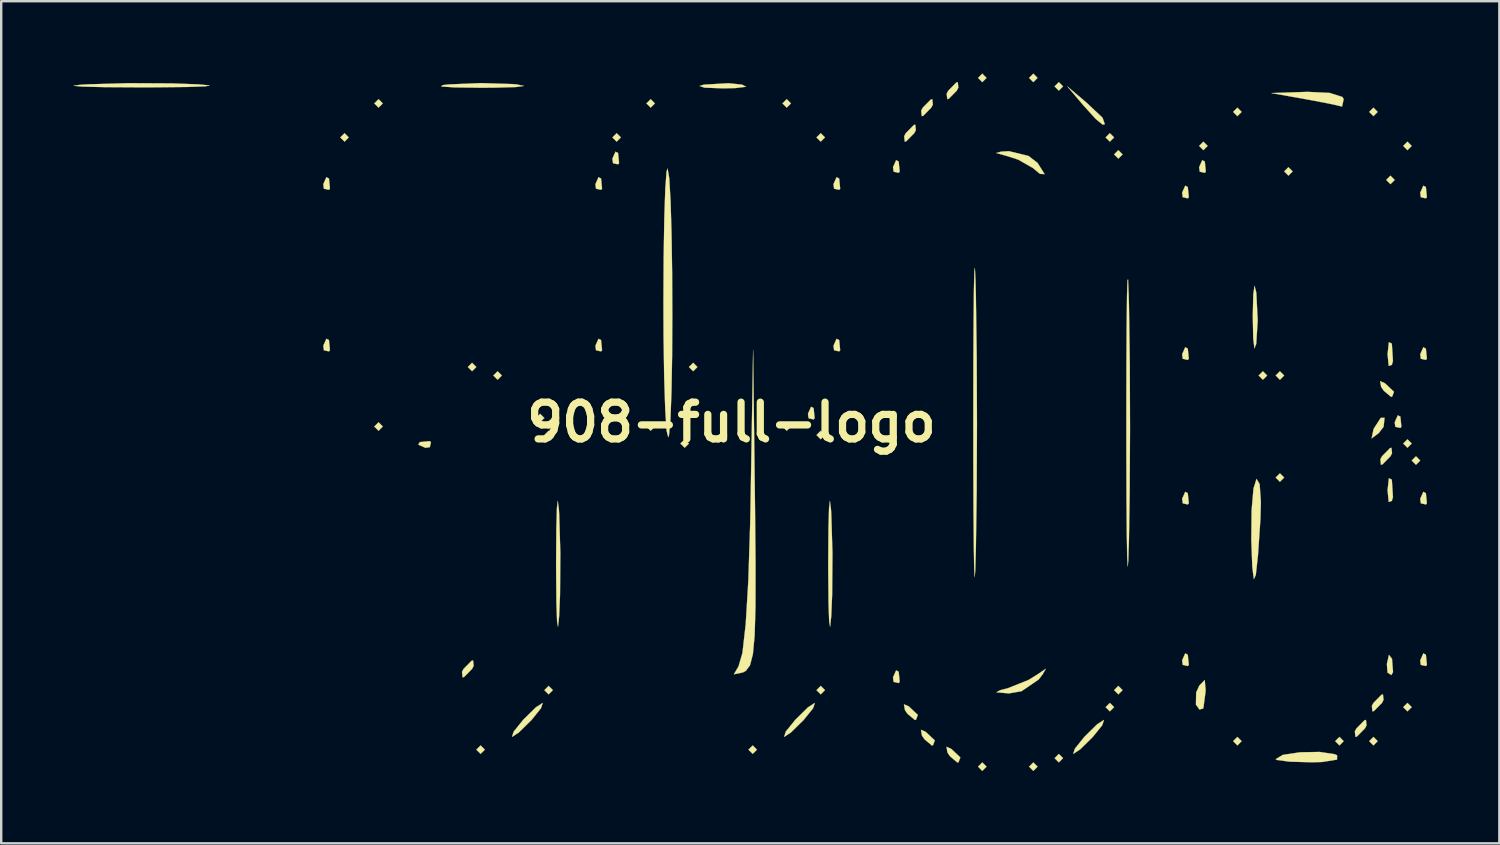
<source format=kicad_pcb>
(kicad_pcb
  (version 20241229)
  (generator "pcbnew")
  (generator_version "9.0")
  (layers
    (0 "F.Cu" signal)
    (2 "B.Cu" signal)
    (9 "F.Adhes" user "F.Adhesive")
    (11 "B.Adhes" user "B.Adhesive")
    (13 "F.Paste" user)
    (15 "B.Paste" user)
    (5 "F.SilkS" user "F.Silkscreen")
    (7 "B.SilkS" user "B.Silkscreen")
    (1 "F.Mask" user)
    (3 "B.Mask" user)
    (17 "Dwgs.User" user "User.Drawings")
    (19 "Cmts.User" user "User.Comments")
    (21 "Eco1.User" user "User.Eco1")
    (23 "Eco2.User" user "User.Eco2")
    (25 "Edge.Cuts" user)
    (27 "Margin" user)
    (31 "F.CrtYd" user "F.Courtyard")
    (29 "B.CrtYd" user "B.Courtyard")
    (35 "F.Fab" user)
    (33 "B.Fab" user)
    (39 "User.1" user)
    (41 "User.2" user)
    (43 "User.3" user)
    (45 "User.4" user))
  (footprint "908-full-logo"
    (layer "F.Cu")
    (at 27.295 14.469)
    (property "Reference" "908-full-logo" (at 0 0 0) (layer "F.SilkS") (effects (font (size 1.524 1.524) (thickness 0.3))))
    (attr through_hole)
    (fp_poly (pts (xy -15.875 -11.818) (xy -16.051 -11.642) (xy -16.228 -11.818) (xy -16.051 -11.994) (xy -15.875 -11.818)) (stroke (width 0.01) (type solid)) (fill yes) (layer "F.SilkS"))
    (fp_poly (pts (xy -14.464 -13.229) (xy -14.64 -13.053) (xy -14.817 -13.229) (xy -14.64 -13.406) (xy -14.464 -13.229)) (stroke (width 0.01) (type solid)) (fill yes) (layer "F.SilkS"))
    (fp_poly (pts (xy -14.464 0.176) (xy -14.64 0.353) (xy -14.817 0.176) (xy -14.64 0) (xy -14.464 0.176)) (stroke (width 0.01) (type solid)) (fill yes) (layer "F.SilkS"))
    (fp_poly (pts (xy -10.583 -2.293) (xy -10.76 -2.117) (xy -10.936 -2.293) (xy -10.76 -2.469) (xy -10.583 -2.293)) (stroke (width 0.01) (type solid)) (fill yes) (layer "F.SilkS"))
    (fp_poly (pts (xy -10.231 13.582) (xy -10.407 13.758) (xy -10.583 13.582) (xy -10.407 13.406) (xy -10.231 13.582)) (stroke (width 0.01) (type solid)) (fill yes) (layer "F.SilkS"))
    (fp_poly (pts (xy -9.525 -1.94) (xy -9.701 -1.764) (xy -9.878 -1.94) (xy -9.701 -2.117) (xy -9.525 -1.94)) (stroke (width 0.01) (type solid)) (fill yes) (layer "F.SilkS"))
    (fp_poly (pts (xy -7.761 -0.176) (xy -7.938 0) (xy -8.114 -0.176) (xy -7.938 -0.353) (xy -7.761 -0.176)) (stroke (width 0.01) (type solid)) (fill yes) (layer "F.SilkS"))
    (fp_poly (pts (xy -7.408 0.529) (xy -7.585 0.706) (xy -7.761 0.529) (xy -7.585 0.353) (xy -7.408 0.529)) (stroke (width 0.01) (type solid)) (fill yes) (layer "F.SilkS"))
    (fp_poly (pts (xy -7.408 11.113) (xy -7.585 11.289) (xy -7.761 11.113) (xy -7.585 10.936) (xy -7.408 11.113)) (stroke (width 0.01) (type solid)) (fill yes) (layer "F.SilkS"))
    (fp_poly (pts (xy -4.586 -11.818) (xy -4.763 -11.642) (xy -4.939 -11.818) (xy -4.763 -11.994) (xy -4.586 -11.818)) (stroke (width 0.01) (type solid)) (fill yes) (layer "F.SilkS"))
    (fp_poly (pts (xy -3.175 -13.229) (xy -3.351 -13.053) (xy -3.528 -13.229) (xy -3.351 -13.406) (xy -3.175 -13.229)) (stroke (width 0.01) (type solid)) (fill yes) (layer "F.SilkS"))
    (fp_poly (pts (xy -3.175 0.176) (xy -3.351 0.353) (xy -3.528 0.176) (xy -3.351 0) (xy -3.175 0.176)) (stroke (width 0.01) (type solid)) (fill yes) (layer "F.SilkS"))
    (fp_poly (pts (xy -1.764 0.882) (xy -1.94 1.058) (xy -2.117 0.882) (xy -1.94 0.706) (xy -1.764 0.882)) (stroke (width 0.01) (type solid)) (fill yes) (layer "F.SilkS"))
    (fp_poly (pts (xy -1.411 -2.293) (xy -1.587 -2.117) (xy -1.764 -2.293) (xy -1.587 -2.469) (xy -1.411 -2.293)) (stroke (width 0.01) (type solid)) (fill yes) (layer "F.SilkS"))
    (fp_poly (pts (xy 1.058 13.582) (xy 0.882 13.758) (xy 0.706 13.582) (xy 0.882 13.406) (xy 1.058 13.582)) (stroke (width 0.01) (type solid)) (fill yes) (layer "F.SilkS"))
    (fp_poly (pts (xy 2.469 -13.229) (xy 2.293 -13.053) (xy 2.117 -13.229) (xy 2.293 -13.406) (xy 2.469 -13.229)) (stroke (width 0.01) (type solid)) (fill yes) (layer "F.SilkS"))
    (fp_poly (pts (xy 2.469 0.176) (xy 2.293 0.353) (xy 2.117 0.176) (xy 2.293 0) (xy 2.469 0.176)) (stroke (width 0.01) (type solid)) (fill yes) (layer "F.SilkS"))
    (fp_poly (pts (xy 3.881 -11.818) (xy 3.704 -11.642) (xy 3.528 -11.818) (xy 3.704 -11.994) (xy 3.881 -11.818)) (stroke (width 0.01) (type solid)) (fill yes) (layer "F.SilkS"))
    (fp_poly (pts (xy 3.881 0.529) (xy 3.704 0.706) (xy 3.528 0.529) (xy 3.704 0.353) (xy 3.881 0.529)) (stroke (width 0.01) (type solid)) (fill yes) (layer "F.SilkS"))
    (fp_poly (pts (xy 3.881 11.113) (xy 3.704 11.289) (xy 3.528 11.113) (xy 3.704 10.936) (xy 3.881 11.113)) (stroke (width 0.01) (type solid)) (fill yes) (layer "F.SilkS"))
    (fp_poly (pts (xy 10.583 -14.287) (xy 10.407 -14.111) (xy 10.231 -14.287) (xy 10.407 -14.464) (xy 10.583 -14.287)) (stroke (width 0.01) (type solid)) (fill yes) (layer "F.SilkS"))
    (fp_poly (pts (xy 10.583 14.287) (xy 10.407 14.464) (xy 10.231 14.287) (xy 10.407 14.111) (xy 10.583 14.287)) (stroke (width 0.01) (type solid)) (fill yes) (layer "F.SilkS"))
    (fp_poly (pts (xy 12.7 -14.287) (xy 12.524 -14.111) (xy 12.347 -14.287) (xy 12.524 -14.464) (xy 12.7 -14.287)) (stroke (width 0.01) (type solid)) (fill yes) (layer "F.SilkS"))
    (fp_poly (pts (xy 12.7 14.287) (xy 12.524 14.464) (xy 12.347 14.287) (xy 12.524 14.111) (xy 12.7 14.287)) (stroke (width 0.01) (type solid)) (fill yes) (layer "F.SilkS"))
    (fp_poly (pts (xy 13.758 -13.935) (xy 13.582 -13.758) (xy 13.406 -13.935) (xy 13.582 -14.111) (xy 13.758 -13.935)) (stroke (width 0.01) (type solid)) (fill yes) (layer "F.SilkS"))
    (fp_poly (pts (xy 13.758 13.935) (xy 13.582 14.111) (xy 13.406 13.935) (xy 13.582 13.758) (xy 13.758 13.935)) (stroke (width 0.01) (type solid)) (fill yes) (layer "F.SilkS"))
    (fp_poly (pts (xy 15.875 -11.818) (xy 15.699 -11.642) (xy 15.522 -11.818) (xy 15.699 -11.994) (xy 15.875 -11.818)) (stroke (width 0.01) (type solid)) (fill yes) (layer "F.SilkS"))
    (fp_poly (pts (xy 15.875 11.818) (xy 15.699 11.994) (xy 15.522 11.818) (xy 15.699 11.642) (xy 15.875 11.818)) (stroke (width 0.01) (type solid)) (fill yes) (layer "F.SilkS"))
    (fp_poly (pts (xy 16.228 -11.113) (xy 16.051 -10.936) (xy 15.875 -11.113) (xy 16.051 -11.289) (xy 16.228 -11.113)) (stroke (width 0.01) (type solid)) (fill yes) (layer "F.SilkS"))
    (fp_poly (pts (xy 16.228 11.113) (xy 16.051 11.289) (xy 15.875 11.113) (xy 16.051 10.936) (xy 16.228 11.113)) (stroke (width 0.01) (type solid)) (fill yes) (layer "F.SilkS"))
    (fp_poly (pts (xy 19.756 -11.465) (xy 19.579 -11.289) (xy 19.403 -11.465) (xy 19.579 -11.642) (xy 19.756 -11.465)) (stroke (width 0.01) (type solid)) (fill yes) (layer "F.SilkS"))
    (fp_poly (pts (xy 21.167 -12.876) (xy 20.99 -12.7) (xy 20.814 -12.876) (xy 20.99 -13.053) (xy 21.167 -12.876)) (stroke (width 0.01) (type solid)) (fill yes) (layer "F.SilkS"))
    (fp_poly (pts (xy 21.167 13.229) (xy 20.99 13.406) (xy 20.814 13.229) (xy 20.99 13.053) (xy 21.167 13.229)) (stroke (width 0.01) (type solid)) (fill yes) (layer "F.SilkS"))
    (fp_poly (pts (xy 22.225 -1.94) (xy 22.049 -1.764) (xy 21.872 -1.94) (xy 22.049 -2.117) (xy 22.225 -1.94)) (stroke (width 0.01) (type solid)) (fill yes) (layer "F.SilkS"))
    (fp_poly (pts (xy 22.931 -1.94) (xy 22.754 -1.764) (xy 22.578 -1.94) (xy 22.754 -2.117) (xy 22.931 -1.94)) (stroke (width 0.01) (type solid)) (fill yes) (layer "F.SilkS"))
    (fp_poly (pts (xy 22.931 2.293) (xy 22.754 2.469) (xy 22.578 2.293) (xy 22.754 2.117) (xy 22.931 2.293)) (stroke (width 0.01) (type solid)) (fill yes) (layer "F.SilkS"))
    (fp_poly (pts (xy 23.283 -10.407) (xy 23.107 -10.231) (xy 22.931 -10.407) (xy 23.107 -10.583) (xy 23.283 -10.407)) (stroke (width 0.01) (type solid)) (fill yes) (layer "F.SilkS"))
    (fp_poly (pts (xy 25.4 13.229) (xy 25.224 13.406) (xy 25.047 13.229) (xy 25.224 13.053) (xy 25.4 13.229)) (stroke (width 0.01) (type solid)) (fill yes) (layer "F.SilkS"))
    (fp_poly (pts (xy 26.811 -12.876) (xy 26.635 -12.7) (xy 26.458 -12.876) (xy 26.635 -13.053) (xy 26.811 -12.876)) (stroke (width 0.01) (type solid)) (fill yes) (layer "F.SilkS"))
    (fp_poly (pts (xy 26.811 13.229) (xy 26.635 13.406) (xy 26.458 13.229) (xy 26.635 13.053) (xy 26.811 13.229)) (stroke (width 0.01) (type solid)) (fill yes) (layer "F.SilkS"))
    (fp_poly (pts (xy 27.517 -10.054) (xy 27.34 -9.878) (xy 27.164 -10.054) (xy 27.34 -10.231) (xy 27.517 -10.054)) (stroke (width 0.01) (type solid)) (fill yes) (layer "F.SilkS"))
    (fp_poly (pts (xy 28.222 -11.465) (xy 28.046 -11.289) (xy 27.869 -11.465) (xy 28.046 -11.642) (xy 28.222 -11.465)) (stroke (width 0.01) (type solid)) (fill yes) (layer "F.SilkS"))
    (fp_poly (pts (xy 28.222 0.882) (xy 28.046 1.058) (xy 27.869 0.882) (xy 28.046 0.706) (xy 28.222 0.882)) (stroke (width 0.01) (type solid)) (fill yes) (layer "F.SilkS"))
    (fp_poly (pts (xy 28.222 11.818) (xy 28.046 11.994) (xy 27.869 11.818) (xy 28.046 11.642) (xy 28.222 11.818)) (stroke (width 0.01) (type solid)) (fill yes) (layer "F.SilkS"))
    (fp_poly (pts (xy 28.575 1.587) (xy 28.399 1.764) (xy 28.222 1.587) (xy 28.399 1.411) (xy 28.575 1.587)) (stroke (width 0.01) (type solid)) (fill yes) (layer "F.SilkS"))
    (fp_poly (pts (xy -16.698 -10.113) (xy -16.656 -9.694) (xy -16.698 -9.643) (xy -16.908 -9.691) (xy -16.933 -9.878) (xy -16.804 -10.168) (xy -16.698 -10.113)) (stroke (width 0.01) (type solid)) (fill yes) (layer "F.SilkS"))
    (fp_poly (pts (xy -16.698 -3.41) (xy -16.656 -2.992) (xy -16.698 -2.94) (xy -16.908 -2.988) (xy -16.933 -3.175) (xy -16.804 -3.465) (xy -16.698 -3.41)) (stroke (width 0.01) (type solid)) (fill yes) (layer "F.SilkS"))
    (fp_poly (pts (xy -12.465 0.823) (xy -12.513 1.033) (xy -12.7 1.058) (xy -12.99 0.929) (xy -12.935 0.823) (xy -12.517 0.781) (xy -12.465 0.823)) (stroke (width 0.01) (type solid)) (fill yes) (layer "F.SilkS"))
    (fp_poly (pts (xy -5.409 -10.113) (xy -5.367 -9.694) (xy -5.409 -9.643) (xy -5.619 -9.691) (xy -5.644 -9.878) (xy -5.515 -10.168) (xy -5.409 -10.113)) (stroke (width 0.01) (type solid)) (fill yes) (layer "F.SilkS"))
    (fp_poly (pts (xy -5.409 -3.41) (xy -5.367 -2.992) (xy -5.409 -2.94) (xy -5.619 -2.988) (xy -5.644 -3.175) (xy -5.515 -3.465) (xy -5.409 -3.41)) (stroke (width 0.01) (type solid)) (fill yes) (layer "F.SilkS"))
    (fp_poly (pts (xy -4.704 -11.171) (xy -4.661 -10.753) (xy -4.704 -10.701) (xy -4.913 -10.749) (xy -4.939 -10.936) (xy -4.81 -11.226) (xy -4.704 -11.171)) (stroke (width 0.01) (type solid)) (fill yes) (layer "F.SilkS"))
    (fp_poly (pts (xy 3.41 -0.588) (xy 3.452 -0.169) (xy 3.41 -0.118) (xy 3.2 -0.166) (xy 3.175 -0.353) (xy 3.304 -0.643) (xy 3.41 -0.588)) (stroke (width 0.01) (type solid)) (fill yes) (layer "F.SilkS"))
    (fp_poly (pts (xy 4.469 -10.113) (xy 4.511 -9.694) (xy 4.469 -9.643) (xy 4.259 -9.691) (xy 4.233 -9.878) (xy 4.362 -10.168) (xy 4.469 -10.113)) (stroke (width 0.01) (type solid)) (fill yes) (layer "F.SilkS"))
    (fp_poly (pts (xy 4.469 -3.41) (xy 4.511 -2.992) (xy 4.469 -2.94) (xy 4.259 -2.988) (xy 4.233 -3.175) (xy 4.362 -3.465) (xy 4.469 -3.41)) (stroke (width 0.01) (type solid)) (fill yes) (layer "F.SilkS"))
    (fp_poly (pts (xy 6.938 -10.819) (xy 6.98 -10.4) (xy 6.938 -10.348) (xy 6.728 -10.397) (xy 6.703 -10.583) (xy 6.832 -10.874) (xy 6.938 -10.819)) (stroke (width 0.01) (type solid)) (fill yes) (layer "F.SilkS"))
    (fp_poly (pts (xy 6.938 10.348) (xy 6.98 10.767) (xy 6.938 10.819) (xy 6.728 10.77) (xy 6.703 10.583) (xy 6.832 10.293) (xy 6.938 10.348)) (stroke (width 0.01) (type solid)) (fill yes) (layer "F.SilkS"))
    (fp_poly (pts (xy 18.932 -9.76) (xy 18.975 -9.342) (xy 18.932 -9.29) (xy 18.723 -9.338) (xy 18.697 -9.525) (xy 18.826 -9.815) (xy 18.932 -9.76)) (stroke (width 0.01) (type solid)) (fill yes) (layer "F.SilkS"))
    (fp_poly (pts (xy 18.932 -3.057) (xy 18.975 -2.639) (xy 18.932 -2.587) (xy 18.723 -2.635) (xy 18.697 -2.822) (xy 18.826 -3.113) (xy 18.932 -3.057)) (stroke (width 0.01) (type solid)) (fill yes) (layer "F.SilkS"))
    (fp_poly (pts (xy 18.932 2.94) (xy 18.975 3.358) (xy 18.932 3.41) (xy 18.723 3.362) (xy 18.697 3.175) (xy 18.826 2.885) (xy 18.932 2.94)) (stroke (width 0.01) (type solid)) (fill yes) (layer "F.SilkS"))
    (fp_poly (pts (xy 18.932 9.643) (xy 18.975 10.061) (xy 18.932 10.113) (xy 18.723 10.065) (xy 18.697 9.878) (xy 18.826 9.587) (xy 18.932 9.643)) (stroke (width 0.01) (type solid)) (fill yes) (layer "F.SilkS"))
    (fp_poly (pts (xy 19.638 -10.819) (xy 19.68 -10.4) (xy 19.638 -10.348) (xy 19.428 -10.397) (xy 19.403 -10.583) (xy 19.532 -10.874) (xy 19.638 -10.819)) (stroke (width 0.01) (type solid)) (fill yes) (layer "F.SilkS"))
    (fp_poly (pts (xy 27.398 -3.263) (xy 27.444 -2.541) (xy 27.398 -2.381) (xy 27.269 -2.337) (xy 27.22 -2.822) (xy 27.275 -3.323) (xy 27.398 -3.263)) (stroke (width 0.01) (type solid)) (fill yes) (layer "F.SilkS"))
    (fp_poly (pts (xy 27.398 2.381) (xy 27.444 3.104) (xy 27.398 3.263) (xy 27.269 3.308) (xy 27.22 2.822) (xy 27.275 2.321) (xy 27.398 2.381)) (stroke (width 0.01) (type solid)) (fill yes) (layer "F.SilkS"))
    (fp_poly (pts (xy 27.405 9.812) (xy 27.447 10.363) (xy 27.377 10.488) (xy 27.217 10.383) (xy 27.192 10.025) (xy 27.278 9.648) (xy 27.405 9.812)) (stroke (width 0.01) (type solid)) (fill yes) (layer "F.SilkS"))
    (fp_poly (pts (xy 27.752 -0.235) (xy 27.794 0.183) (xy 27.752 0.235) (xy 27.542 0.187) (xy 27.517 0) (xy 27.646 -0.29) (xy 27.752 -0.235)) (stroke (width 0.01) (type solid)) (fill yes) (layer "F.SilkS"))
    (fp_poly (pts (xy 28.81 -9.76) (xy 28.852 -9.342) (xy 28.81 -9.29) (xy 28.6 -9.338) (xy 28.575 -9.525) (xy 28.704 -9.815) (xy 28.81 -9.76)) (stroke (width 0.01) (type solid)) (fill yes) (layer "F.SilkS"))
    (fp_poly (pts (xy 28.81 -3.057) (xy 28.852 -2.639) (xy 28.81 -2.587) (xy 28.6 -2.635) (xy 28.575 -2.822) (xy 28.704 -3.113) (xy 28.81 -3.057)) (stroke (width 0.01) (type solid)) (fill yes) (layer "F.SilkS"))
    (fp_poly (pts (xy 28.81 2.94) (xy 28.852 3.358) (xy 28.81 3.41) (xy 28.6 3.362) (xy 28.575 3.175) (xy 28.704 2.885) (xy 28.81 2.94)) (stroke (width 0.01) (type solid)) (fill yes) (layer "F.SilkS"))
    (fp_poly (pts (xy 28.81 9.643) (xy 28.852 10.061) (xy 28.81 10.113) (xy 28.6 10.065) (xy 28.575 9.878) (xy 28.704 9.587) (xy 28.81 9.643)) (stroke (width 0.01) (type solid)) (fill yes) (layer "F.SilkS"))
    (fp_poly (pts (xy 7.354 11.784) (xy 7.733 12.14) (xy 7.655 12.344) (xy 7.606 12.347) (xy 7.307 12.097) (xy 7.198 11.94) (xy 7.157 11.699) (xy 7.354 11.784)) (stroke (width 0.01) (type solid)) (fill yes) (layer "F.SilkS"))
    (fp_poly (pts (xy 8.059 12.843) (xy 8.438 13.198) (xy 8.36 13.402) (xy 8.311 13.406) (xy 8.013 13.155) (xy 7.904 12.998) (xy 7.862 12.757) (xy 8.059 12.843)) (stroke (width 0.01) (type solid)) (fill yes) (layer "F.SilkS"))
    (fp_poly (pts (xy 9.118 13.548) (xy 9.496 13.903) (xy 9.419 14.108) (xy 9.369 14.111) (xy 9.071 13.861) (xy 8.962 13.704) (xy 8.921 13.462) (xy 9.118 13.548)) (stroke (width 0.01) (type solid)) (fill yes) (layer "F.SilkS"))
    (fp_poly (pts (xy 14.728 -13.263) (xy 15.395 -12.637) (xy 15.491 -12.365) (xy 15.401 -12.347) (xy 15.112 -12.585) (xy 14.607 -13.141) (xy 13.935 -13.935) (xy 14.728 -13.263)) (stroke (width 0.01) (type solid)) (fill yes) (layer "F.SilkS"))
    (fp_poly (pts (xy 27.056 0.187) (xy 26.855 0.447) (xy 26.558 0.67) (xy 26.632 0.316) (xy 26.657 0.249) (xy 26.937 -0.183) (xy 27.096 -0.186) (xy 27.056 0.187)) (stroke (width 0.01) (type solid)) (fill yes) (layer "F.SilkS"))
    (fp_poly (pts (xy 27.109 -1.621) (xy 27.488 -1.266) (xy 27.41 -1.062) (xy 27.361 -1.058) (xy 27.063 -1.309) (xy 26.954 -1.466) (xy 26.912 -1.707) (xy 27.109 -1.621)) (stroke (width 0.01) (type solid)) (fill yes) (layer "F.SilkS"))
    (fp_poly (pts (xy -10.694 10.106) (xy -10.76 10.231) (xy -11.092 10.567) (xy -11.154 10.583) (xy -11.178 10.355) (xy -11.113 10.231) (xy -10.78 9.894) (xy -10.718 9.878) (xy -10.694 10.106)) (stroke (width 0.01) (type solid)) (fill yes) (layer "F.SilkS"))
    (fp_poly (pts (xy -7.9 11.862) (xy -8.29 12.347) (xy -8.82 12.869) (xy -9.105 13.053) (xy -9.034 12.832) (xy -8.643 12.347) (xy -8.113 11.825) (xy -7.828 11.642) (xy -7.9 11.862)) (stroke (width 0.01) (type solid)) (fill yes) (layer "F.SilkS"))
    (fp_poly (pts (xy 0.441 -14.007) (xy 0.608 -13.92) (xy 0.165 -13.865) (xy -0.353 -13.854) (xy -1.116 -13.882) (xy -1.325 -13.952) (xy -1.147 -14.007) (xy -0.119 -14.066) (xy 0.441 -14.007)) (stroke (width 0.01) (type solid)) (fill yes) (layer "F.SilkS"))
    (fp_poly (pts (xy 3.389 11.862) (xy 2.999 12.347) (xy 2.468 12.869) (xy 2.184 13.053) (xy 2.255 12.832) (xy 2.646 12.347) (xy 3.176 11.825) (xy 3.461 11.642) (xy 3.389 11.862)) (stroke (width 0.01) (type solid)) (fill yes) (layer "F.SilkS"))
    (fp_poly (pts (xy 7.65 -12.119) (xy 7.585 -11.994) (xy 7.252 -11.658) (xy 7.19 -11.642) (xy 7.166 -11.87) (xy 7.232 -11.994) (xy 7.564 -12.331) (xy 7.626 -12.347) (xy 7.65 -12.119)) (stroke (width 0.01) (type solid)) (fill yes) (layer "F.SilkS"))
    (fp_poly (pts (xy 8.356 -13.178) (xy 8.29 -13.053) (xy 7.958 -12.716) (xy 7.896 -12.7) (xy 7.872 -12.928) (xy 7.938 -13.053) (xy 8.27 -13.39) (xy 8.332 -13.406) (xy 8.356 -13.178)) (stroke (width 0.01) (type solid)) (fill yes) (layer "F.SilkS"))
    (fp_poly (pts (xy 9.414 -13.883) (xy 9.349 -13.758) (xy 9.016 -13.421) (xy 8.954 -13.406) (xy 8.93 -13.633) (xy 8.996 -13.758) (xy 9.328 -14.095) (xy 9.39 -14.111) (xy 9.414 -13.883)) (stroke (width 0.01) (type solid)) (fill yes) (layer "F.SilkS"))
    (fp_poly (pts (xy 15.384 12.568) (xy 14.993 13.053) (xy 14.463 13.575) (xy 14.178 13.758) (xy 14.25 13.538) (xy 14.64 13.053) (xy 15.17 12.531) (xy 15.455 12.347) (xy 15.384 12.568)) (stroke (width 0.01) (type solid)) (fill yes) (layer "F.SilkS"))
    (fp_poly (pts (xy 19.672 11.097) (xy 19.665 11.205) (xy 19.578 11.869) (xy 19.419 11.92) (xy 19.27 11.713) (xy 19.28 11.208) (xy 19.41 10.924) (xy 19.635 10.691) (xy 19.672 11.097)) (stroke (width 0.01) (type solid)) (fill yes) (layer "F.SilkS"))
    (fp_poly (pts (xy 26.348 12.575) (xy 26.282 12.7) (xy 25.95 13.037) (xy 25.888 13.053) (xy 25.863 12.825) (xy 25.929 12.7) (xy 26.262 12.363) (xy 26.324 12.347) (xy 26.348 12.575)) (stroke (width 0.01) (type solid)) (fill yes) (layer "F.SilkS"))
    (fp_poly (pts (xy 27.053 11.517) (xy 26.988 11.642) (xy 26.655 11.979) (xy 26.593 11.994) (xy 26.569 11.767) (xy 26.635 11.642) (xy 26.967 11.305) (xy 27.029 11.289) (xy 27.053 11.517)) (stroke (width 0.01) (type solid)) (fill yes) (layer "F.SilkS"))
    (fp_poly (pts (xy 27.406 1.286) (xy 27.34 1.411) (xy 27.008 1.748) (xy 26.946 1.764) (xy 26.922 1.536) (xy 26.988 1.411) (xy 27.32 1.074) (xy 27.382 1.058) (xy 27.406 1.286)) (stroke (width 0.01) (type solid)) (fill yes) (layer "F.SilkS"))
    (fp_poly (pts (xy 21.774 -5.382) (xy 21.775 -5.374) (xy 21.833 -4.223) (xy 21.772 -3.257) (xy 21.698 -3.062) (xy 21.647 -3.482) (xy 21.629 -4.41) (xy 21.65 -5.315) (xy 21.702 -5.664) (xy 21.774 -5.382)) (stroke (width 0.01) (type solid)) (fill yes) (layer "F.SilkS"))
    (fp_poly (pts (xy 12.325 -11.049) (xy 12.7 -10.76) (xy 12.993 -10.295) (xy 12.8 -10.305) (xy 12.506 -10.549) (xy 11.899 -10.895) (xy 11.465 -11.037) (xy 10.984 -11.171) (xy 11.186 -11.228) (xy 11.51 -11.248) (xy 12.325 -11.049)) (stroke (width 0.01) (type solid)) (fill yes) (layer "F.SilkS"))
    (fp_poly (pts (xy 12.913 10.454) (xy 12.745 10.672) (xy 12.033 11.158) (xy 11.51 11.248) (xy 10.991 11.202) (xy 11.16 11.111) (xy 11.465 11.034) (xy 12.333 10.686) (xy 12.7 10.457) (xy 13.042 10.225) (xy 12.913 10.454)) (stroke (width 0.01) (type solid)) (fill yes) (layer "F.SilkS"))
    (fp_poly (pts (xy 24.816 -13.665) (xy 25.346 -13.497) (xy 25.4 -13.406) (xy 25.333 -13.101) (xy 25.312 -13.103) (xy 24.943 -13.19) (xy 24.13 -13.348) (xy 23.812 -13.406) (xy 22.401 -13.658) (xy 23.901 -13.708) (xy 24.816 -13.665)) (stroke (width 0.01) (type solid)) (fill yes) (layer "F.SilkS"))
    (fp_poly (pts (xy -9.075 -14.031) (xy -8.898 -14.015) (xy -8.61 -13.954) (xy -8.951 -13.907) (xy -9.843 -13.882) (xy -10.407 -13.879) (xy -11.497 -13.894) (xy -12.044 -13.933) (xy -11.983 -13.987) (xy -11.721 -14.017) (xy -10.388 -14.072) (xy -9.075 -14.031)) (stroke (width 0.01) (type solid)) (fill yes) (layer "F.SilkS"))
    (fp_poly (pts (xy 21.914 2.567) (xy 21.965 3.307) (xy 21.947 4.002) (xy 21.846 5.501) (xy 21.753 6.34) (xy 21.672 6.508) (xy 21.608 5.993) (xy 21.567 4.872) (xy 21.58 3.654) (xy 21.658 2.746) (xy 21.784 2.347) (xy 21.914 2.567)) (stroke (width 0.01) (type solid)) (fill yes) (layer "F.SilkS"))
    (fp_poly (pts (xy 25.032 13.771) (xy 25.127 13.815) (xy 25.124 13.995) (xy 24.505 14.094) (xy 24.077 14.106) (xy 23.161 14.08) (xy 22.631 14.01) (xy 22.578 13.975) (xy 22.88 13.797) (xy 23.588 13.691) (xy 24.405 13.676) (xy 25.032 13.771)) (stroke (width 0.01) (type solid)) (fill yes) (layer "F.SilkS"))
    (fp_poly (pts (xy -23.213 -14.059) (xy -22.122 -14.019) (xy -21.645 -13.975) (xy -21.814 -13.938) (xy -22.572 -13.911) (xy -23.858 -13.897) (xy -24.518 -13.895) (xy -25.984 -13.904) (xy -26.925 -13.926) (xy -27.29 -13.96) (xy -27.025 -14.001) (xy -26.708 -14.02) (xy -25.024 -14.068) (xy -23.213 -14.059)) (stroke (width 0.01) (type solid)) (fill yes) (layer "F.SilkS"))
    (fp_poly (pts (xy -7.159 3.611) (xy -7.147 3.806) (xy -7.098 5.428) (xy -7.111 7.153) (xy -7.148 8.04) (xy -7.195 8.482) (xy -7.233 8.281) (xy -7.261 7.497) (xy -7.273 6.192) (xy -7.274 5.821) (xy -7.264 4.423) (xy -7.24 3.553) (xy -7.204 3.263) (xy -7.159 3.611)) (stroke (width 0.01) (type solid)) (fill yes) (layer "F.SilkS"))
    (fp_poly (pts (xy 4.13 3.611) (xy 4.142 3.806) (xy 4.191 5.428) (xy 4.178 7.153) (xy 4.141 8.04) (xy 4.094 8.482) (xy 4.055 8.281) (xy 4.028 7.497) (xy 4.016 6.192) (xy 4.015 5.821) (xy 4.025 4.423) (xy 4.049 3.553) (xy 4.085 3.263) (xy 4.13 3.611)) (stroke (width 0.01) (type solid)) (fill yes) (layer "F.SilkS"))
    (fp_poly (pts (xy 0.979 3.578) (xy 1.001 5.909) (xy 0.998 7.629) (xy 0.963 8.835) (xy 0.89 9.62) (xy 0.77 10.082) (xy 0.598 10.313) (xy 0.479 10.377) (xy 0.101 10.456) (xy 0.292 10.128) (xy 0.294 10.124) (xy 0.456 9.573) (xy 0.592 8.371) (xy 0.701 6.571) (xy 0.776 4.227) (xy 0.794 3.325) (xy 0.899 -2.999) (xy 0.979 3.578)) (stroke (width 0.01) (type solid)) (fill yes) (layer "F.SilkS"))
    (fp_poly (pts (xy 10.125 -5.897) (xy 10.142 -5.203) (xy 10.175 -2.73) (xy 10.186 0.091) (xy 10.174 2.901) (xy 10.142 5.203) (xy 10.116 6.148) (xy 10.092 6.423) (xy 10.071 6.068) (xy 10.055 5.118) (xy 10.042 3.611) (xy 10.035 1.584) (xy 10.034 0) (xy 10.037 -2.346) (xy 10.046 -4.196) (xy 10.06 -5.513) (xy 10.078 -6.261) (xy 10.1 -6.401) (xy 10.125 -5.897)) (stroke (width 0.01) (type solid)) (fill yes) (layer "F.SilkS"))
    (fp_poly (pts (xy 16.48 -5.315) (xy 16.492 -4.851) (xy 16.526 -2.454) (xy 16.536 0.276) (xy 16.521 2.97) (xy 16.492 4.851) (xy 16.464 5.75) (xy 16.44 5.983) (xy 16.419 5.587) (xy 16.401 4.601) (xy 16.389 3.063) (xy 16.383 1.012) (xy 16.383 0) (xy 16.386 -2.257) (xy 16.396 -4.016) (xy 16.411 -5.24) (xy 16.43 -5.89) (xy 16.454 -5.928) (xy 16.48 -5.315)) (stroke (width 0.01) (type solid)) (fill yes) (layer "F.SilkS"))
    (fp_poly (pts (xy -2.58 -10.124) (xy -2.524 -9.163) (xy -2.484 -7.796) (xy -2.46 -6.174) (xy -2.452 -4.446) (xy -2.461 -2.761) (xy -2.487 -1.27) (xy -2.53 -0.123) (xy -2.59 0.531) (xy -2.621 0.622) (xy -2.688 0.358) (xy -2.746 -0.5) (xy -2.79 -1.84) (xy -2.816 -3.552) (xy -2.822 -4.939) (xy -2.812 -6.85) (xy -2.785 -8.472) (xy -2.744 -9.693) (xy -2.692 -10.4) (xy -2.65 -10.529) (xy -2.58 -10.124)) (stroke (width 0.01) (type solid)) (fill yes) (layer "F.SilkS")))
  (gr_rect
    (start -3 -3)
    (end 59.153 31.938)
    (stroke (width 0.1) (type default))
    (fill no)
    (layer "Edge.Cuts")))
</source>
